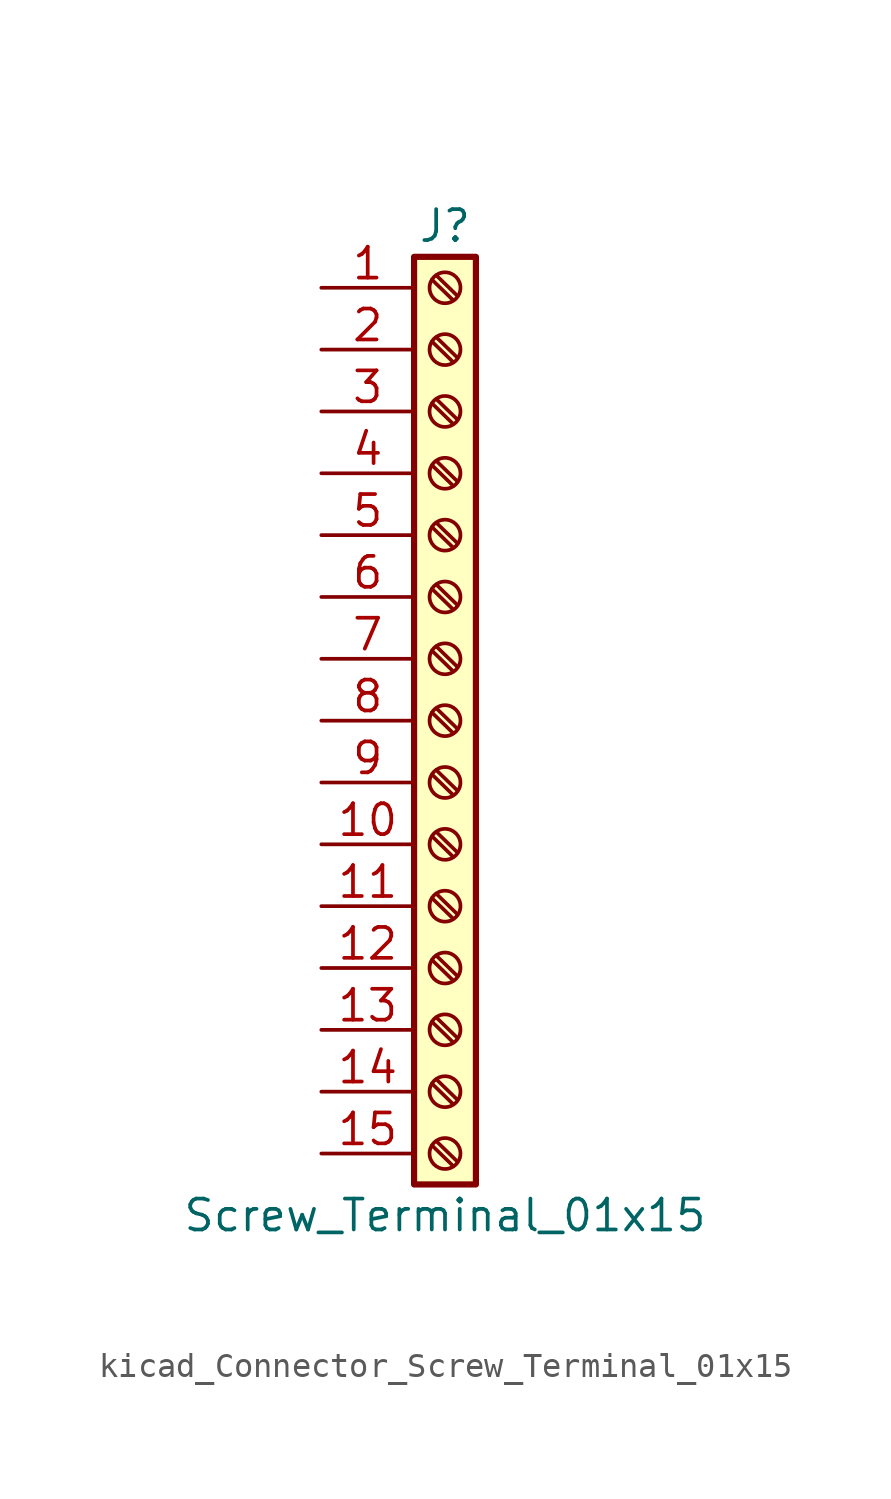
<source format=kicad_sym>
(kicad_symbol_lib
  (version 20220914)
  (generator kicad_symbol_editor)
  (symbol "kicad_Connector_Screw_Terminal_01x15"
    (pin_names
      (offset 1.016) hide)
    (property "Reference" "J"
      (at 0 20.32 0)
      (effects (font (size 1.27 1.27))))
    (property "Value" "Screw_Terminal_01x15"
      (at 0 -20.32 0)
      (effects (font (size 1.27 1.27))))
    (symbol "kicad_Connector_Screw_Terminal_01x15_1_1"
      (rectangle (start -1.27 19.05) (end 1.27 -19.05) (stroke (width 0.254) (type default)) (fill (type background)))
      (circle (center 0 -17.78) (radius 0.635) (stroke (width 0.152) (type default)) (fill (type none)))
      (circle (center 0 -15.24) (radius 0.635) (stroke (width 0.152) (type default)) (fill (type none)))
      (circle (center 0 -12.7) (radius 0.635) (stroke (width 0.152) (type default)) (fill (type none)))
      (circle (center 0 -10.16) (radius 0.635) (stroke (width 0.152) (type default)) (fill (type none)))
      (circle (center 0 -7.62) (radius 0.635) (stroke (width 0.152) (type default)) (fill (type none)))
      (circle (center 0 -5.08) (radius 0.635) (stroke (width 0.152) (type default)) (fill (type none)))
      (circle (center 0 -2.54) (radius 0.635) (stroke (width 0.152) (type default)) (fill (type none)))
      (polyline (pts (xy -0.533 -17.45) (xy 0.33 -18.288)) (stroke (width 0.152) (type default)) (fill (type none)))
      (polyline (pts (xy -0.533 -14.91) (xy 0.33 -15.748)) (stroke (width 0.152) (type default)) (fill (type none)))
      (polyline (pts (xy -0.533 -12.37) (xy 0.33 -13.208)) (stroke (width 0.152) (type default)) (fill (type none)))
      (polyline (pts (xy -0.533 -9.83) (xy 0.33 -10.668)) (stroke (width 0.152) (type default)) (fill (type none)))
      (polyline (pts (xy -0.533 -7.29) (xy 0.33 -8.128)) (stroke (width 0.152) (type default)) (fill (type none)))
      (polyline (pts (xy -0.533 -4.75) (xy 0.33 -5.588)) (stroke (width 0.152) (type default)) (fill (type none)))
      (polyline (pts (xy -0.533 -2.21) (xy 0.33 -3.048)) (stroke (width 0.152) (type default)) (fill (type none)))
      (polyline (pts (xy -0.533 0.33) (xy 0.33 -0.508)) (stroke (width 0.152) (type default)) (fill (type none)))
      (polyline (pts (xy -0.533 2.87) (xy 0.33 2.032)) (stroke (width 0.152) (type default)) (fill (type none)))
      (polyline (pts (xy -0.533 5.41) (xy 0.33 4.572)) (stroke (width 0.152) (type default)) (fill (type none)))
      (polyline (pts (xy -0.533 7.95) (xy 0.33 7.112)) (stroke (width 0.152) (type default)) (fill (type none)))
      (polyline (pts (xy -0.533 10.49) (xy 0.33 9.652)) (stroke (width 0.152) (type default)) (fill (type none)))
      (polyline (pts (xy -0.533 13.03) (xy 0.33 12.192)) (stroke (width 0.152) (type default)) (fill (type none)))
      (polyline (pts (xy -0.533 15.57) (xy 0.33 14.732)) (stroke (width 0.152) (type default)) (fill (type none)))
      (polyline (pts (xy -0.533 18.11) (xy 0.33 17.272)) (stroke (width 0.152) (type default)) (fill (type none)))
      (polyline (pts (xy -0.356 -17.272) (xy 0.508 -18.11)) (stroke (width 0.152) (type default)) (fill (type none)))
      (polyline (pts (xy -0.356 -14.732) (xy 0.508 -15.57)) (stroke (width 0.152) (type default)) (fill (type none)))
      (polyline (pts (xy -0.356 -12.192) (xy 0.508 -13.03)) (stroke (width 0.152) (type default)) (fill (type none)))
      (polyline (pts (xy -0.356 -9.652) (xy 0.508 -10.49)) (stroke (width 0.152) (type default)) (fill (type none)))
      (polyline (pts (xy -0.356 -7.112) (xy 0.508 -7.95)) (stroke (width 0.152) (type default)) (fill (type none)))
      (polyline (pts (xy -0.356 -4.572) (xy 0.508 -5.41)) (stroke (width 0.152) (type default)) (fill (type none)))
      (polyline (pts (xy -0.356 -2.032) (xy 0.508 -2.87)) (stroke (width 0.152) (type default)) (fill (type none)))
      (polyline (pts (xy -0.356 0.508) (xy 0.508 -0.33)) (stroke (width 0.152) (type default)) (fill (type none)))
      (polyline (pts (xy -0.356 3.048) (xy 0.508 2.21)) (stroke (width 0.152) (type default)) (fill (type none)))
      (polyline (pts (xy -0.356 5.588) (xy 0.508 4.75)) (stroke (width 0.152) (type default)) (fill (type none)))
      (polyline (pts (xy -0.356 8.128) (xy 0.508 7.29)) (stroke (width 0.152) (type default)) (fill (type none)))
      (polyline (pts (xy -0.356 10.668) (xy 0.508 9.83)) (stroke (width 0.152) (type default)) (fill (type none)))
      (polyline (pts (xy -0.356 13.208) (xy 0.508 12.37)) (stroke (width 0.152) (type default)) (fill (type none)))
      (polyline (pts (xy -0.356 15.748) (xy 0.508 14.91)) (stroke (width 0.152) (type default)) (fill (type none)))
      (polyline (pts (xy -0.356 18.288) (xy 0.508 17.45)) (stroke (width 0.152) (type default)) (fill (type none)))
      (circle (center 0 0) (radius 0.635) (stroke (width 0.152) (type default)) (fill (type none)))
      (circle (center 0 2.54) (radius 0.635) (stroke (width 0.152) (type default)) (fill (type none)))
      (circle (center 0 5.08) (radius 0.635) (stroke (width 0.152) (type default)) (fill (type none)))
      (circle (center 0 7.62) (radius 0.635) (stroke (width 0.152) (type default)) (fill (type none)))
      (circle (center 0 10.16) (radius 0.635) (stroke (width 0.152) (type default)) (fill (type none)))
      (circle (center 0 12.7) (radius 0.635) (stroke (width 0.152) (type default)) (fill (type none)))
      (circle (center 0 15.24) (radius 0.635) (stroke (width 0.152) (type default)) (fill (type none)))
      (circle (center 0 17.78) (radius 0.635) (stroke (width 0.152) (type default)) (fill (type none)))
      (pin passive line (at -5.08 17.78 0) (length 3.81) (name "Pin_1" (effects (font (size 1.27 1.27)))) (number "1" (effects (font (size 1.27 1.27)))))
      (pin passive line (at -5.08 -5.08 0) (length 3.81) (name "Pin_10" (effects (font (size 1.27 1.27)))) (number "10" (effects (font (size 1.27 1.27)))))
      (pin passive line (at -5.08 -7.62 0) (length 3.81) (name "Pin_11" (effects (font (size 1.27 1.27)))) (number "11" (effects (font (size 1.27 1.27)))))
      (pin passive line (at -5.08 -10.16 0) (length 3.81) (name "Pin_12" (effects (font (size 1.27 1.27)))) (number "12" (effects (font (size 1.27 1.27)))))
      (pin passive line (at -5.08 -12.7 0) (length 3.81) (name "Pin_13" (effects (font (size 1.27 1.27)))) (number "13" (effects (font (size 1.27 1.27)))))
      (pin passive line (at -5.08 -15.24 0) (length 3.81) (name "Pin_14" (effects (font (size 1.27 1.27)))) (number "14" (effects (font (size 1.27 1.27)))))
      (pin passive line (at -5.08 -17.78 0) (length 3.81) (name "Pin_15" (effects (font (size 1.27 1.27)))) (number "15" (effects (font (size 1.27 1.27)))))
      (pin passive line (at -5.08 15.24 0) (length 3.81) (name "Pin_2" (effects (font (size 1.27 1.27)))) (number "2" (effects (font (size 1.27 1.27)))))
      (pin passive line (at -5.08 12.7 0) (length 3.81) (name "Pin_3" (effects (font (size 1.27 1.27)))) (number "3" (effects (font (size 1.27 1.27)))))
      (pin passive line (at -5.08 10.16 0) (length 3.81) (name "Pin_4" (effects (font (size 1.27 1.27)))) (number "4" (effects (font (size 1.27 1.27)))))
      (pin passive line (at -5.08 7.62 0) (length 3.81) (name "Pin_5" (effects (font (size 1.27 1.27)))) (number "5" (effects (font (size 1.27 1.27)))))
      (pin passive line (at -5.08 5.08 0) (length 3.81) (name "Pin_6" (effects (font (size 1.27 1.27)))) (number "6" (effects (font (size 1.27 1.27)))))
      (pin passive line (at -5.08 2.54 0) (length 3.81) (name "Pin_7" (effects (font (size 1.27 1.27)))) (number "7" (effects (font (size 1.27 1.27)))))
      (pin passive line (at -5.08 0 0) (length 3.81) (name "Pin_8" (effects (font (size 1.27 1.27)))) (number "8" (effects (font (size 1.27 1.27)))))
      (pin passive line (at -5.08 -2.54 0) (length 3.81) (name "Pin_9" (effects (font (size 1.27 1.27)))) (number "9" (effects (font (size 1.27 1.27))))))))
</source>
